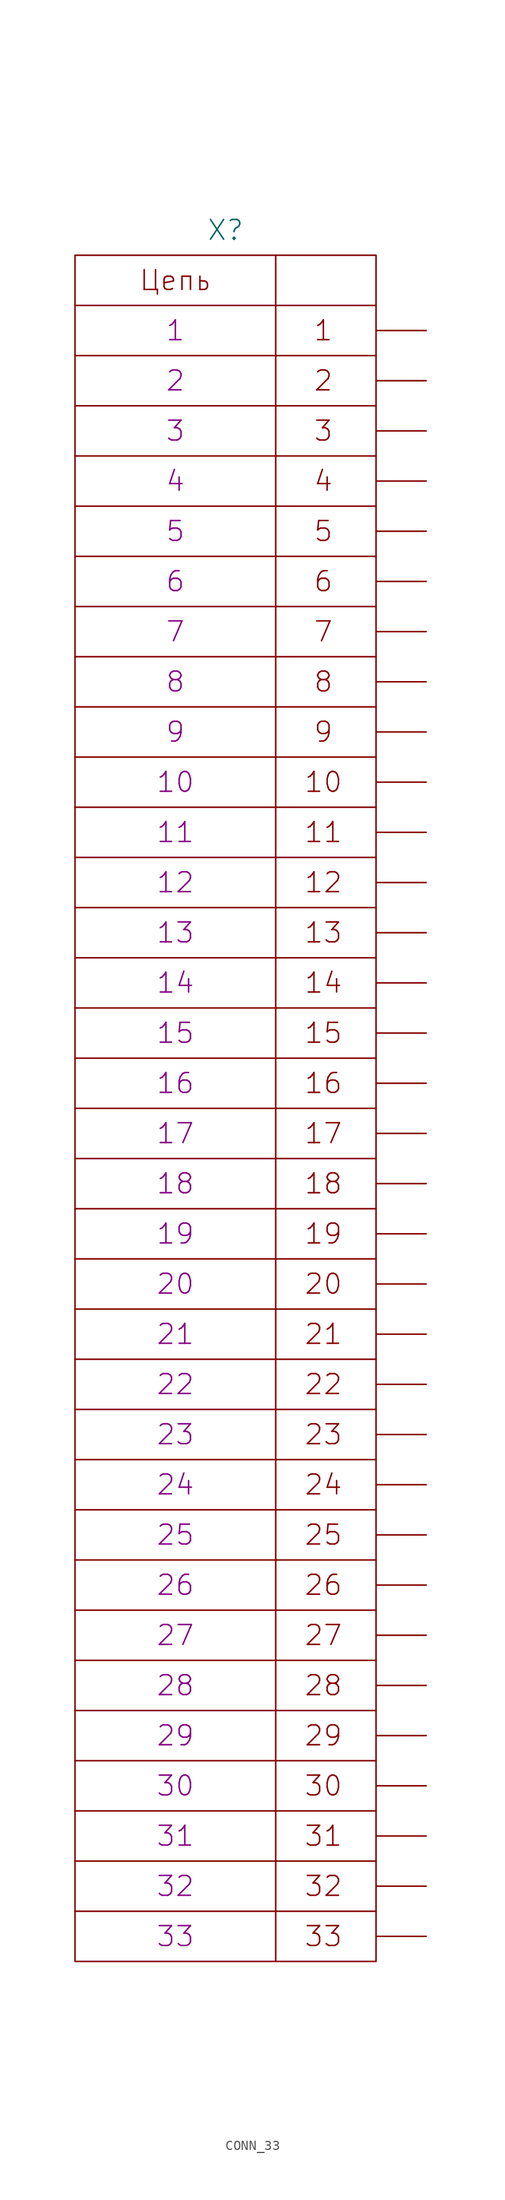
<source format=kicad_sym>
(kicad_symbol_lib
  (version 20231120)
  (generator "kicad_symbol_editor")
  (generator_version "8.0")
  (symbol "CONN_33"
    (pin_numbers hide)
    (pin_names
      (offset 0) hide)
    (property "Reference" "X"
      (at 0 88.9 0)
      (effects (font (size 2.007 2.007))))
    (property "PIN1" "1"
      (at -5.08 78.74 0)
      (effects (font (size 2.007 2.007))))
    (property "PIN2" "2"
      (at -5.08 73.66 0)
      (effects (font (size 2.007 2.007))))
    (property "PIN3" "3"
      (at -5.08 68.58 0)
      (effects (font (size 2.007 2.007))))
    (property "PIN4" "4"
      (at -5.08 63.5 0)
      (effects (font (size 2.007 2.007))))
    (property "PIN5" "5"
      (at -5.08 58.42 0)
      (effects (font (size 2.007 2.007))))
    (property "PIN6" "6"
      (at -5.08 53.34 0)
      (effects (font (size 2.007 2.007))))
    (property "PIN7" "7"
      (at -5.08 48.26 0)
      (effects (font (size 2.007 2.007))))
    (property "PIN8" "8"
      (at -5.08 43.18 0)
      (effects (font (size 2.007 2.007))))
    (property "PIN9" "9"
      (at -5.08 38.1 0)
      (effects (font (size 2.007 2.007))))
    (property "PIN10" "10"
      (at -5.08 33.02 0)
      (effects (font (size 2.007 2.007))))
    (property "PIN11" "11"
      (at -5.08 27.94 0)
      (effects (font (size 2.007 2.007))))
    (property "PIN12" "12"
      (at -5.08 22.86 0)
      (effects (font (size 2.007 2.007))))
    (property "PIN13" "13"
      (at -5.08 17.78 0)
      (effects (font (size 2.007 2.007))))
    (property "PIN14" "14"
      (at -5.08 12.7 0)
      (effects (font (size 2.007 2.007))))
    (property "PIN15" "15"
      (at -5.08 7.62 0)
      (effects (font (size 2.007 2.007))))
    (property "PIN16" "16"
      (at -5.08 2.54 0)
      (effects (font (size 2.007 2.007))))
    (property "PIN17" "17"
      (at -5.08 -2.54 0)
      (effects (font (size 2.007 2.007))))
    (property "PIN18" "18"
      (at -5.08 -7.62 0)
      (effects (font (size 2.007 2.007))))
    (property "PIN19" "19"
      (at -5.08 -12.7 0)
      (effects (font (size 2.007 2.007))))
    (property "PIN20" "20"
      (at -5.08 -17.78 0)
      (effects (font (size 2.007 2.007))))
    (property "PIN21" "21"
      (at -5.08 -22.86 0)
      (effects (font (size 2.007 2.007))))
    (property "PIN22" "22"
      (at -5.08 -27.94 0)
      (effects (font (size 2.007 2.007))))
    (property "PIN23" "23"
      (at -5.08 -33.02 0)
      (effects (font (size 2.007 2.007))))
    (property "PIN24" "24"
      (at -5.08 -38.1 0)
      (effects (font (size 2.007 2.007))))
    (property "PIN25" "25"
      (at -5.08 -43.18 0)
      (effects (font (size 2.007 2.007))))
    (property "PIN26" "26"
      (at -5.08 -48.26 0)
      (effects (font (size 2.007 2.007))))
    (property "PIN27" "27"
      (at -5.08 -53.34 0)
      (effects (font (size 2.007 2.007))))
    (property "PIN28" "28"
      (at -5.08 -58.42 0)
      (effects (font (size 2.007 2.007))))
    (property "PIN29" "29"
      (at -5.08 -63.5 0)
      (effects (font (size 2.007 2.007))))
    (property "PIN30" "30"
      (at -5.08 -68.58 0)
      (effects (font (size 2.007 2.007))))
    (property "PIN31" "31"
      (at -5.08 -73.66 0)
      (effects (font (size 2.007 2.007))))
    (property "PIN32" "32"
      (at -5.08 -78.74 0)
      (effects (font (size 2.007 2.007))))
    (property "PIN33" "33"
      (at -5.08 -83.82 0)
      (effects (font (size 2.007 2.007))))
    (symbol "CONN_33_0_0"
      (polyline (pts (xy -15.24 -81.28) (xy 15.24 -81.28)) (stroke (width 0) (type solid)) (fill (type none)))
      (polyline (pts (xy -15.24 -76.2) (xy 15.24 -76.2)) (stroke (width 0) (type solid)) (fill (type none)))
      (polyline (pts (xy -15.24 -71.12) (xy 15.24 -71.12)) (stroke (width 0) (type solid)) (fill (type none)))
      (polyline (pts (xy -15.24 -66.04) (xy 15.24 -66.04)) (stroke (width 0) (type solid)) (fill (type none)))
      (polyline (pts (xy -15.24 -60.96) (xy 15.24 -60.96)) (stroke (width 0) (type solid)) (fill (type none)))
      (polyline (pts (xy -15.24 -55.88) (xy 15.24 -55.88)) (stroke (width 0) (type solid)) (fill (type none)))
      (polyline (pts (xy -15.24 -50.8) (xy 15.24 -50.8)) (stroke (width 0) (type solid)) (fill (type none)))
      (polyline (pts (xy -15.24 -45.72) (xy 15.24 -45.72)) (stroke (width 0) (type solid)) (fill (type none)))
      (polyline (pts (xy -15.24 -40.64) (xy 15.24 -40.64)) (stroke (width 0) (type solid)) (fill (type none)))
      (polyline (pts (xy -15.24 -35.56) (xy 15.24 -35.56)) (stroke (width 0) (type solid)) (fill (type none)))
      (polyline (pts (xy -15.24 -30.48) (xy 15.24 -30.48)) (stroke (width 0) (type solid)) (fill (type none)))
      (polyline (pts (xy -15.24 -25.4) (xy 15.24 -25.4)) (stroke (width 0) (type solid)) (fill (type none)))
      (polyline (pts (xy -15.24 -20.32) (xy 15.24 -20.32)) (stroke (width 0) (type solid)) (fill (type none)))
      (polyline (pts (xy -15.24 -15.24) (xy 15.24 -15.24)) (stroke (width 0) (type solid)) (fill (type none)))
      (polyline (pts (xy -15.24 -10.16) (xy 15.24 -10.16)) (stroke (width 0) (type solid)) (fill (type none)))
      (polyline (pts (xy -15.24 -5.08) (xy 15.24 -5.08)) (stroke (width 0) (type solid)) (fill (type none)))
      (polyline (pts (xy -15.24 0) (xy 15.24 0)) (stroke (width 0) (type solid)) (fill (type none)))
      (polyline (pts (xy -15.24 5.08) (xy 15.24 5.08)) (stroke (width 0) (type solid)) (fill (type none)))
      (polyline (pts (xy -15.24 10.16) (xy 15.24 10.16)) (stroke (width 0) (type solid)) (fill (type none)))
      (polyline (pts (xy -15.24 15.24) (xy 15.24 15.24)) (stroke (width 0) (type solid)) (fill (type none)))
      (polyline (pts (xy -15.24 20.32) (xy 15.24 20.32)) (stroke (width 0) (type solid)) (fill (type none)))
      (polyline (pts (xy -15.24 25.4) (xy 15.24 25.4)) (stroke (width 0) (type solid)) (fill (type none)))
      (polyline (pts (xy -15.24 30.48) (xy 15.24 30.48)) (stroke (width 0) (type solid)) (fill (type none)))
      (polyline (pts (xy -15.24 35.56) (xy 15.24 35.56)) (stroke (width 0) (type solid)) (fill (type none)))
      (polyline (pts (xy -15.24 40.64) (xy 15.24 40.64)) (stroke (width 0) (type solid)) (fill (type none)))
      (polyline (pts (xy -15.24 45.72) (xy 15.24 45.72)) (stroke (width 0) (type solid)) (fill (type none)))
      (polyline (pts (xy -15.24 50.8) (xy 15.24 50.8)) (stroke (width 0) (type solid)) (fill (type none)))
      (polyline (pts (xy -15.24 55.88) (xy 15.24 55.88)) (stroke (width 0) (type solid)) (fill (type none)))
      (polyline (pts (xy -15.24 60.96) (xy 15.24 60.96)) (stroke (width 0) (type solid)) (fill (type none)))
      (polyline (pts (xy -15.24 66.04) (xy 15.24 66.04)) (stroke (width 0) (type solid)) (fill (type none)))
      (polyline (pts (xy -15.24 71.12) (xy 15.24 71.12)) (stroke (width 0) (type solid)) (fill (type none)))
      (polyline (pts (xy -15.24 76.2) (xy 15.24 76.2)) (stroke (width 0) (type solid)) (fill (type none)))
      (polyline (pts (xy -15.24 81.28) (xy 15.24 81.28)) (stroke (width 0) (type solid)) (fill (type none)))
      (polyline (pts (xy 5.08 86.36) (xy 5.08 -86.36)) (stroke (width 0) (type solid)) (fill (type none)))
      (rectangle (start 15.24 86.36) (end -15.24 -86.36) (stroke (width 0) (type solid)) (fill (type none))))
    (symbol "CONN_33_1_1"
      (text "1" (at 9.906 78.74 0) (effects (font (size 2.007 2.007))))
      (text "10" (at 9.906 33.02 0) (effects (font (size 2.007 2.007))))
      (text "11" (at 9.906 27.94 0) (effects (font (size 2.007 2.007))))
      (text "12" (at 9.906 22.86 0) (effects (font (size 2.007 2.007))))
      (text "13" (at 9.906 17.78 0) (effects (font (size 2.007 2.007))))
      (text "14" (at 9.906 12.7 0) (effects (font (size 2.007 2.007))))
      (text "15" (at 9.906 7.62 0) (effects (font (size 2.007 2.007))))
      (text "16" (at 9.906 2.54 0) (effects (font (size 2.007 2.007))))
      (text "17" (at 9.906 -2.54 0) (effects (font (size 2.007 2.007))))
      (text "18" (at 9.906 -7.62 0) (effects (font (size 2.007 2.007))))
      (text "19" (at 9.906 -12.7 0) (effects (font (size 2.007 2.007))))
      (text "2" (at 9.906 73.66 0) (effects (font (size 2.007 2.007))))
      (text "20" (at 9.906 -17.78 0) (effects (font (size 2.007 2.007))))
      (text "21" (at 9.906 -22.86 0) (effects (font (size 2.007 2.007))))
      (text "22" (at 9.906 -27.94 0) (effects (font (size 2.007 2.007))))
      (text "23" (at 9.906 -33.02 0) (effects (font (size 2.007 2.007))))
      (text "24" (at 9.906 -38.1 0) (effects (font (size 2.007 2.007))))
      (text "25" (at 9.906 -43.18 0) (effects (font (size 2.007 2.007))))
      (text "26" (at 9.906 -48.26 0) (effects (font (size 2.007 2.007))))
      (text "27" (at 9.906 -53.34 0) (effects (font (size 2.007 2.007))))
      (text "28" (at 9.906 -58.42 0) (effects (font (size 2.007 2.007))))
      (text "29" (at 9.906 -63.5 0) (effects (font (size 2.007 2.007))))
      (text "3" (at 9.906 68.58 0) (effects (font (size 2.007 2.007))))
      (text "30" (at 9.906 -68.58 0) (effects (font (size 2.007 2.007))))
      (text "31" (at 9.906 -73.66 0) (effects (font (size 2.007 2.007))))
      (text "32" (at 9.906 -78.74 0) (effects (font (size 2.007 2.007))))
      (text "33" (at 9.906 -83.82 0) (effects (font (size 2.007 2.007))))
      (text "4" (at 9.906 63.5 0) (effects (font (size 2.007 2.007))))
      (text "5" (at 9.906 58.42 0) (effects (font (size 2.007 2.007))))
      (text "6" (at 9.906 53.34 0) (effects (font (size 2.007 2.007))))
      (text "7" (at 9.906 48.26 0) (effects (font (size 2.007 2.007))))
      (text "8" (at 9.906 43.18 0) (effects (font (size 2.007 2.007))))
      (text "9" (at 9.906 38.1 0) (effects (font (size 2.007 2.007))))
      (text "Цепь" (at -5.08 83.82 0) (effects (font (size 2.007 2.007))))
      (pin passive line (at 20.32 78.74 180) (length 5.08) (name "1" (effects (font (size 2.007 2.007)))) (number "1" (effects (font (size 2.007 2.007)))))
      (pin passive line (at 20.32 33.02 180) (length 5.08) (name "10" (effects (font (size 2.007 2.007)))) (number "10" (effects (font (size 2.007 2.007)))))
      (pin passive line (at 20.32 27.94 180) (length 5.08) (name "11" (effects (font (size 2.007 2.007)))) (number "11" (effects (font (size 2.007 2.007)))))
      (pin passive line (at 20.32 22.86 180) (length 5.08) (name "12" (effects (font (size 2.007 2.007)))) (number "12" (effects (font (size 2.007 2.007)))))
      (pin passive line (at 20.32 17.78 180) (length 5.08) (name "13" (effects (font (size 2.007 2.007)))) (number "13" (effects (font (size 2.007 2.007)))))
      (pin passive line (at 20.32 12.7 180) (length 5.08) (name "14" (effects (font (size 2.007 2.007)))) (number "14" (effects (font (size 2.007 2.007)))))
      (pin passive line (at 20.32 7.62 180) (length 5.08) (name "15" (effects (font (size 2.007 2.007)))) (number "15" (effects (font (size 2.007 2.007)))))
      (pin passive line (at 20.32 2.54 180) (length 5.08) (name "16" (effects (font (size 2.007 2.007)))) (number "16" (effects (font (size 2.007 2.007)))))
      (pin passive line (at 20.32 -2.54 180) (length 5.08) (name "17" (effects (font (size 2.007 2.007)))) (number "17" (effects (font (size 2.007 2.007)))))
      (pin passive line (at 20.32 -7.62 180) (length 5.08) (name "18" (effects (font (size 2.007 2.007)))) (number "18" (effects (font (size 2.007 2.007)))))
      (pin passive line (at 20.32 -12.7 180) (length 5.08) (name "19" (effects (font (size 2.007 2.007)))) (number "19" (effects (font (size 2.007 2.007)))))
      (pin passive line (at 20.32 73.66 180) (length 5.08) (name "2" (effects (font (size 2.007 2.007)))) (number "2" (effects (font (size 2.007 2.007)))))
      (pin passive line (at 20.32 -17.78 180) (length 5.08) (name "20" (effects (font (size 2.007 2.007)))) (number "20" (effects (font (size 2.007 2.007)))))
      (pin passive line (at 20.32 -22.86 180) (length 5.08) (name "21" (effects (font (size 2.007 2.007)))) (number "21" (effects (font (size 2.007 2.007)))))
      (pin passive line (at 20.32 -27.94 180) (length 5.08) (name "22" (effects (font (size 2.007 2.007)))) (number "22" (effects (font (size 2.007 2.007)))))
      (pin passive line (at 20.32 -33.02 180) (length 5.08) (name "23" (effects (font (size 2.007 2.007)))) (number "23" (effects (font (size 2.007 2.007)))))
      (pin passive line (at 20.32 -38.1 180) (length 5.08) (name "24" (effects (font (size 2.007 2.007)))) (number "24" (effects (font (size 2.007 2.007)))))
      (pin passive line (at 20.32 -43.18 180) (length 5.08) (name "25" (effects (font (size 2.007 2.007)))) (number "25" (effects (font (size 2.007 2.007)))))
      (pin passive line (at 20.32 -48.26 180) (length 5.08) (name "26" (effects (font (size 2.007 2.007)))) (number "26" (effects (font (size 2.007 2.007)))))
      (pin passive line (at 20.32 -53.34 180) (length 5.08) (name "27" (effects (font (size 2.007 2.007)))) (number "27" (effects (font (size 2.007 2.007)))))
      (pin passive line (at 20.32 -58.42 180) (length 5.08) (name "28" (effects (font (size 2.007 2.007)))) (number "28" (effects (font (size 2.007 2.007)))))
      (pin passive line (at 20.32 -63.5 180) (length 5.08) (name "29" (effects (font (size 2.007 2.007)))) (number "29" (effects (font (size 2.007 2.007)))))
      (pin passive line (at 20.32 68.58 180) (length 5.08) (name "3" (effects (font (size 2.007 2.007)))) (number "3" (effects (font (size 2.007 2.007)))))
      (pin passive line (at 20.32 -68.58 180) (length 5.08) (name "30" (effects (font (size 2.007 2.007)))) (number "30" (effects (font (size 2.007 2.007)))))
      (pin passive line (at 20.32 -73.66 180) (length 5.08) (name "31" (effects (font (size 2.007 2.007)))) (number "31" (effects (font (size 2.007 2.007)))))
      (pin passive line (at 20.32 -78.74 180) (length 5.08) (name "32" (effects (font (size 2.007 2.007)))) (number "32" (effects (font (size 2.007 2.007)))))
      (pin passive line (at 20.32 -83.82 180) (length 5.08) (name "33" (effects (font (size 2.007 2.007)))) (number "33" (effects (font (size 2.007 2.007)))))
      (pin passive line (at 20.32 63.5 180) (length 5.08) (name "4" (effects (font (size 2.007 2.007)))) (number "4" (effects (font (size 2.007 2.007)))))
      (pin passive line (at 20.32 58.42 180) (length 5.08) (name "5" (effects (font (size 2.007 2.007)))) (number "5" (effects (font (size 2.007 2.007)))))
      (pin passive line (at 20.32 53.34 180) (length 5.08) (name "6" (effects (font (size 2.007 2.007)))) (number "6" (effects (font (size 2.007 2.007)))))
      (pin passive line (at 20.32 48.26 180) (length 5.08) (name "7" (effects (font (size 2.007 2.007)))) (number "7" (effects (font (size 2.007 2.007)))))
      (pin passive line (at 20.32 43.18 180) (length 5.08) (name "8" (effects (font (size 2.007 2.007)))) (number "8" (effects (font (size 2.007 2.007)))))
      (pin passive line (at 20.32 38.1 180) (length 5.08) (name "9" (effects (font (size 2.007 2.007)))) (number "9" (effects (font (size 2.007 2.007))))))))
</source>
